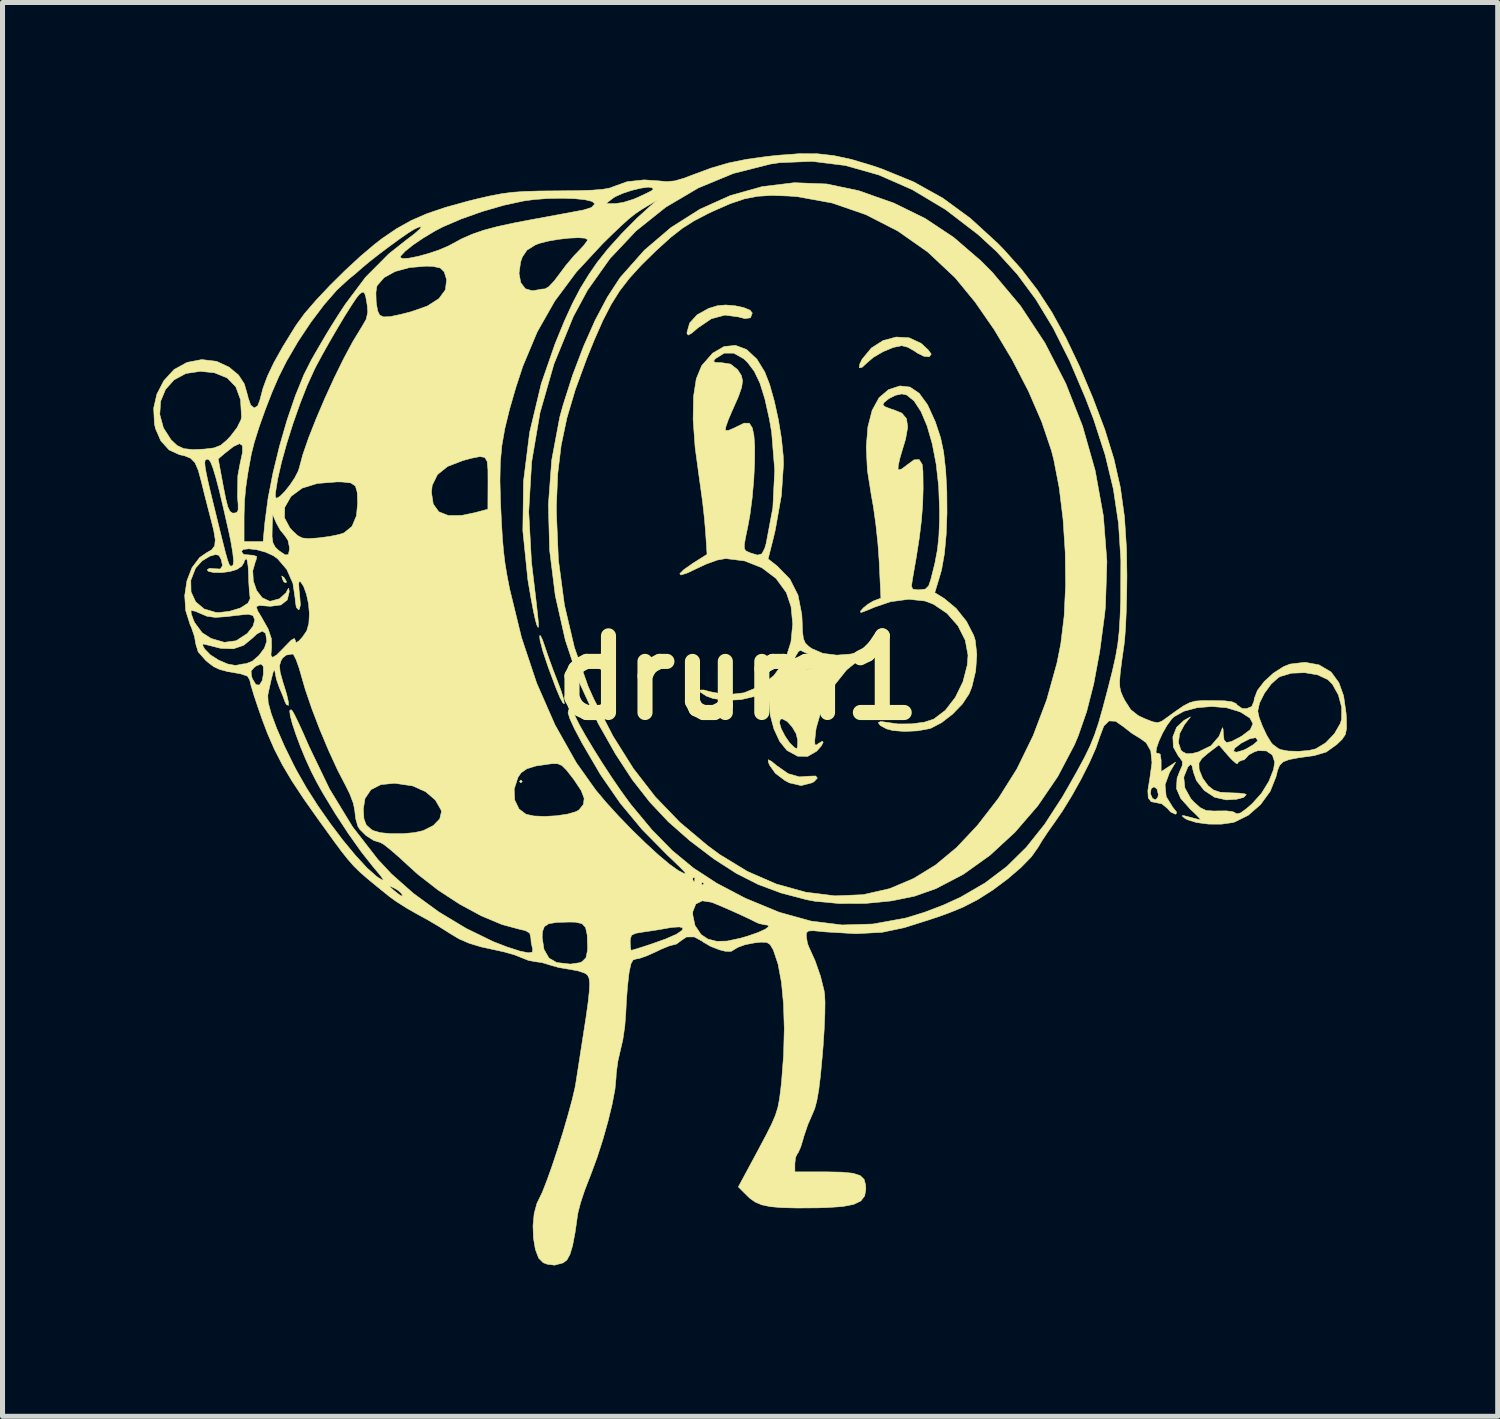
<source format=kicad_pcb>
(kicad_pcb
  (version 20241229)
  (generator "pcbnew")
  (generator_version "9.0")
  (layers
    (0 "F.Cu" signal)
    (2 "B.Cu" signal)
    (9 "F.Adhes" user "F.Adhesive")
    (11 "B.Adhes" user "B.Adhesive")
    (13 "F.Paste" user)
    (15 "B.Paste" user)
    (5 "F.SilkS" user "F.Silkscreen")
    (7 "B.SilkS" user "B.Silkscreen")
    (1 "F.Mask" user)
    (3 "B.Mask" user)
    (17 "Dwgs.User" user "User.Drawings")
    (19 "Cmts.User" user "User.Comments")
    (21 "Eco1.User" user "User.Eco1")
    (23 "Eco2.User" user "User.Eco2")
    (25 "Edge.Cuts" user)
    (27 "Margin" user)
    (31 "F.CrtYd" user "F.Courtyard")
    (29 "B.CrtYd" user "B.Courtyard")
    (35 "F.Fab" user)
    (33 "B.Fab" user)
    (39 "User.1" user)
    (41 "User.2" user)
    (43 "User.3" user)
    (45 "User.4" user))
  (footprint "drum1"
    (layer "F.Cu")
    (at 11.623 10.425)
    (property "Reference" "drum1" (at 0 0 0) (layer "F.SilkS") (effects (font (size 1.524 1.524) (thickness 0.3))))
    (attr through_hole)
    (fp_poly (pts (xy -4.29 2.06) (xy -4.318 2.088) (xy -4.346 2.06) (xy -4.318 2.032) (xy -4.29 2.06)) (stroke (width 0.01) (type solid)) (fill yes) (layer "F.SilkS"))
    (fp_poly (pts (xy -9.032 -1.998) (xy -9.024 -1.991) (xy -8.98 -1.917) (xy -8.986 -1.889) (xy -9.028 -1.906) (xy -9.056 -1.959) (xy -9.073 -2.025) (xy -9.032 -1.998)) (stroke (width 0.01) (type solid)) (fill yes) (layer "F.SilkS"))
    (fp_poly (pts (xy 0.662 1.659) (xy 0.762 1.742) (xy 0.995 1.905) (xy 1.22 1.969) (xy 1.413 1.955) (xy 1.542 1.951) (xy 1.576 1.993) (xy 1.509 2.065) (xy 1.471 2.086) (xy 1.254 2.142) (xy 1.02 2.088) (xy 0.931 2.041) (xy 0.741 1.898) (xy 0.628 1.739) (xy 0.601 1.673) (xy 0.6 1.628) (xy 0.662 1.659)) (stroke (width 0.01) (type solid)) (fill yes) (layer "F.SilkS"))
    (fp_poly (pts (xy -3.888 -0.754) (xy -3.842 -0.621) (xy -3.766 -0.4) (xy -3.67 -0.137) (xy -3.589 0.072) (xy -3.516 0.267) (xy -3.468 0.424) (xy -3.454 0.513) (xy -3.455 0.516) (xy -3.483 0.499) (xy -3.539 0.396) (xy -3.61 0.229) (xy -3.625 0.191) (xy -3.776 -0.216) (xy -3.88 -0.527) (xy -3.936 -0.74) (xy -3.946 -0.835) (xy -3.929 -0.839) (xy -3.888 -0.754)) (stroke (width 0.01) (type solid)) (fill yes) (layer "F.SilkS"))
    (fp_poly (pts (xy -0.062 -7.397) (xy 0.11 -7.361) (xy 0.237 -7.309) (xy 0.282 -7.252) (xy 0.247 -7.158) (xy 0.137 -7.141) (xy 0.005 -7.175) (xy -0.261 -7.211) (xy -0.532 -7.138) (xy -0.793 -6.961) (xy -0.794 -6.961) (xy -0.923 -6.851) (xy -0.99 -6.814) (xy -1.015 -6.842) (xy -1.016 -6.867) (xy -0.963 -7.054) (xy -0.813 -7.218) (xy -0.585 -7.344) (xy -0.413 -7.397) (xy -0.248 -7.412) (xy -0.062 -7.397)) (stroke (width 0.01) (type solid)) (fill yes) (layer "F.SilkS"))
    (fp_poly (pts (xy 3.4 -6.76) (xy 3.632 -6.653) (xy 3.665 -6.627) (xy 3.775 -6.523) (xy 3.835 -6.443) (xy 3.838 -6.43) (xy 3.797 -6.382) (xy 3.695 -6.392) (xy 3.564 -6.456) (xy 3.515 -6.491) (xy 3.377 -6.571) (xy 3.252 -6.603) (xy 3.085 -6.568) (xy 2.882 -6.484) (xy 2.691 -6.372) (xy 2.574 -6.273) (xy 2.464 -6.172) (xy 2.409 -6.163) (xy 2.42 -6.241) (xy 2.467 -6.336) (xy 2.65 -6.557) (xy 2.884 -6.706) (xy 3.142 -6.775) (xy 3.4 -6.76)) (stroke (width 0.01) (type solid)) (fill yes) (layer "F.SilkS"))
    (fp_poly (pts (xy 3.418 -5.78) (xy 3.601 -5.656) (xy 3.767 -5.428) (xy 3.92 -5.092) (xy 4.026 -4.773) (xy 4.086 -4.488) (xy 4.127 -4.123) (xy 4.15 -3.708) (xy 4.153 -3.274) (xy 4.137 -2.851) (xy 4.102 -2.468) (xy 4.047 -2.157) (xy 4.025 -2.074) (xy 3.91 -1.693) (xy 4.098 -1.577) (xy 4.333 -1.382) (xy 4.54 -1.123) (xy 4.684 -0.843) (xy 4.714 -0.748) (xy 4.746 -0.463) (xy 4.723 -0.136) (xy 4.648 0.179) (xy 4.592 0.319) (xy 4.46 0.519) (xy 4.265 0.721) (xy 4.044 0.892) (xy 3.834 1.001) (xy 3.802 1.011) (xy 3.566 1.054) (xy 3.309 1.066) (xy 3.077 1.048) (xy 2.955 1.016) (xy 2.827 0.948) (xy 2.787 0.892) (xy 2.836 0.868) (xy 2.942 0.883) (xy 3.179 0.917) (xy 3.449 0.915) (xy 3.702 0.882) (xy 3.889 0.821) (xy 4.12 0.646) (xy 4.319 0.388) (xy 4.47 0.079) (xy 4.556 -0.252) (xy 4.571 -0.448) (xy 4.516 -0.748) (xy 4.37 -1.035) (xy 4.153 -1.282) (xy 3.886 -1.462) (xy 3.716 -1.527) (xy 3.392 -1.562) (xy 3.031 -1.513) (xy 2.716 -1.406) (xy 2.566 -1.343) (xy 2.463 -1.304) (xy 2.441 -1.298) (xy 2.433 -1.325) (xy 2.49 -1.389) (xy 2.582 -1.464) (xy 2.681 -1.523) (xy 2.702 -1.532) (xy 2.839 -1.584) (xy 2.805 -2.311) (xy 2.78 -2.66) (xy 2.74 -3.037) (xy 2.691 -3.393) (xy 2.65 -3.622) (xy 2.57 -4.128) (xy 2.548 -4.587) (xy 2.58 -4.987) (xy 2.665 -5.318) (xy 2.724 -5.425) (xy 2.879 -5.425) (xy 2.928 -5.386) (xy 3.049 -5.341) (xy 3.089 -5.33) (xy 3.256 -5.262) (xy 3.348 -5.152) (xy 3.372 -4.983) (xy 3.329 -4.742) (xy 3.277 -4.571) (xy 3.219 -4.374) (xy 3.184 -4.221) (xy 3.18 -4.141) (xy 3.182 -4.137) (xy 3.243 -4.146) (xy 3.341 -4.217) (xy 3.348 -4.224) (xy 3.497 -4.333) (xy 3.6 -4.339) (xy 3.66 -4.242) (xy 3.675 -4.106) (xy 3.679 -3.768) (xy 3.67 -3.453) (xy 3.645 -3.134) (xy 3.603 -2.784) (xy 3.539 -2.375) (xy 3.467 -1.961) (xy 3.447 -1.824) (xy 3.471 -1.764) (xy 3.559 -1.75) (xy 3.603 -1.75) (xy 3.722 -1.764) (xy 3.788 -1.827) (xy 3.833 -1.961) (xy 3.913 -2.282) (xy 3.964 -2.554) (xy 3.992 -2.824) (xy 4.004 -3.138) (xy 4.005 -3.33) (xy 3.988 -3.801) (xy 3.938 -4.246) (xy 3.86 -4.652) (xy 3.758 -5.005) (xy 3.636 -5.294) (xy 3.499 -5.504) (xy 3.351 -5.623) (xy 3.253 -5.644) (xy 3.13 -5.617) (xy 2.998 -5.551) (xy 2.902 -5.473) (xy 2.879 -5.425) (xy 2.724 -5.425) (xy 2.802 -5.568) (xy 2.988 -5.727) (xy 2.989 -5.728) (xy 3.216 -5.803) (xy 3.418 -5.78)) (stroke (width 0.01) (type solid)) (fill yes) (layer "F.SilkS"))
    (fp_poly (pts (xy 1.761 -9.818) (xy 2.394 -9.685) (xy 2.399 -9.684) (xy 3.098 -9.437) (xy 3.718 -9.133) (xy 4.284 -8.757) (xy 4.822 -8.294) (xy 5.057 -8.058) (xy 5.613 -7.396) (xy 6.1 -6.657) (xy 6.513 -5.854) (xy 6.848 -5.004) (xy 7.099 -4.12) (xy 7.262 -3.217) (xy 7.332 -2.312) (xy 7.303 -1.418) (xy 7.287 -1.259) (xy 7.189 -0.523) (xy 7.071 0.116) (xy 6.93 0.67) (xy 6.762 1.154) (xy 6.686 1.333) (xy 6.356 1.961) (xy 5.958 2.544) (xy 5.504 3.07) (xy 5.007 3.528) (xy 4.478 3.906) (xy 3.932 4.191) (xy 3.508 4.341) (xy 3.046 4.435) (xy 2.533 4.485) (xy 2.014 4.487) (xy 1.534 4.443) (xy 1.355 4.409) (xy 0.854 4.277) (xy 0.4 4.108) (xy -0.034 3.888) (xy -0.477 3.603) (xy -0.956 3.24) (xy -0.977 3.222) (xy -1.387 2.861) (xy -1.756 2.469) (xy -2.101 2.028) (xy -2.436 1.516) (xy -2.777 0.914) (xy -2.783 0.902) (xy -3.15 0.105) (xy -3.434 -0.747) (xy -3.634 -1.634) (xy -3.747 -2.539) (xy -3.767 -3.288) (xy -3.612 -3.288) (xy -3.572 -2.345) (xy -3.452 -1.446) (xy -3.254 -0.604) (xy -2.982 0.168) (xy -2.867 0.423) (xy -2.486 1.16) (xy -2.083 1.802) (xy -1.645 2.367) (xy -1.158 2.872) (xy -0.607 3.335) (xy -0.367 3.512) (xy 0.184 3.848) (xy 0.759 4.099) (xy 1.345 4.262) (xy 1.926 4.334) (xy 2.486 4.311) (xy 3.01 4.191) (xy 3.02 4.188) (xy 3.489 3.989) (xy 3.926 3.721) (xy 4.345 3.373) (xy 4.757 2.935) (xy 5.175 2.396) (xy 5.177 2.393) (xy 5.543 1.811) (xy 5.866 1.149) (xy 6.135 0.438) (xy 6.339 -0.294) (xy 6.415 -0.676) (xy 6.482 -1.227) (xy 6.511 -1.845) (xy 6.503 -2.499) (xy 6.46 -3.153) (xy 6.384 -3.777) (xy 6.276 -4.336) (xy 6.23 -4.515) (xy 6.037 -5.087) (xy 5.772 -5.699) (xy 5.451 -6.32) (xy 5.093 -6.92) (xy 4.713 -7.469) (xy 4.328 -7.938) (xy 4.304 -7.964) (xy 3.77 -8.465) (xy 3.176 -8.882) (xy 2.538 -9.209) (xy 1.87 -9.439) (xy 1.185 -9.564) (xy 1.007 -9.578) (xy 0.671 -9.59) (xy 0.387 -9.573) (xy 0.123 -9.521) (xy -0.158 -9.426) (xy -0.49 -9.28) (xy -0.604 -9.226) (xy -0.875 -9.085) (xy -1.108 -8.937) (xy -1.338 -8.757) (xy -1.601 -8.519) (xy -1.639 -8.484) (xy -1.925 -8.203) (xy -2.158 -7.947) (xy -2.353 -7.695) (xy -2.524 -7.422) (xy -2.687 -7.106) (xy -2.856 -6.724) (xy -3.008 -6.35) (xy -3.236 -5.729) (xy -3.404 -5.163) (xy -3.518 -4.618) (xy -3.585 -4.059) (xy -3.611 -3.451) (xy -3.612 -3.288) (xy -3.767 -3.288) (xy -3.771 -3.444) (xy -3.705 -4.33) (xy -3.546 -5.179) (xy -3.48 -5.42) (xy -3.289 -6.019) (xy -3.072 -6.59) (xy -2.839 -7.114) (xy -2.598 -7.569) (xy -2.36 -7.934) (xy -2.336 -7.967) (xy -1.863 -8.501) (xy -1.334 -8.952) (xy -0.761 -9.315) (xy -0.154 -9.588) (xy 0.476 -9.765) (xy 1.118 -9.843) (xy 1.761 -9.818)) (stroke (width 0.01) (type solid)) (fill yes) (layer "F.SilkS"))
    (fp_poly (pts (xy 0.17 -6.526) (xy 0.373 -6.336) (xy 0.53 -6.081) (xy 0.628 -5.829) (xy 0.72 -5.501) (xy 0.801 -5.131) (xy 0.862 -4.757) (xy 0.897 -4.414) (xy 0.903 -4.253) (xy 0.861 -3.627) (xy 0.739 -2.937) (xy 0.694 -2.748) (xy 0.597 -2.364) (xy 0.778 -2.222) (xy 1.03 -1.963) (xy 1.191 -1.644) (xy 1.267 -1.257) (xy 1.273 -1.135) (xy 1.281 -0.915) (xy 1.299 -0.777) (xy 1.337 -0.69) (xy 1.406 -0.623) (xy 1.469 -0.579) (xy 1.686 -0.486) (xy 1.96 -0.451) (xy 2.248 -0.474) (xy 2.466 -0.537) (xy 2.624 -0.594) (xy 2.687 -0.594) (xy 2.652 -0.544) (xy 2.52 -0.447) (xy 2.486 -0.425) (xy 2.156 -0.156) (xy 1.878 0.192) (xy 1.671 0.587) (xy 1.552 1) (xy 1.542 1.073) (xy 1.524 1.246) (xy 1.527 1.328) (xy 1.556 1.336) (xy 1.599 1.305) (xy 1.675 1.26) (xy 1.691 1.284) (xy 1.652 1.357) (xy 1.565 1.455) (xy 1.563 1.458) (xy 1.381 1.563) (xy 1.183 1.558) (xy 0.976 1.445) (xy 0.965 1.435) (xy 0.827 1.264) (xy 0.714 1.021) (xy 0.679 0.892) (xy 0.822 0.892) (xy 0.859 1.015) (xy 0.934 1.16) (xy 1.027 1.295) (xy 1.121 1.387) (xy 1.171 1.409) (xy 1.181 1.361) (xy 1.185 1.243) (xy 1.185 1.239) (xy 1.154 1.11) (xy 1.075 0.976) (xy 0.976 0.867) (xy 0.881 0.816) (xy 0.84 0.823) (xy 0.822 0.892) (xy 0.679 0.892) (xy 0.64 0.746) (xy 0.621 0.535) (xy 0.61 0.387) (xy 0.563 0.324) (xy 0.454 0.331) (xy 0.326 0.371) (xy 0.056 0.434) (xy -0.233 0.447) (xy -0.495 0.412) (xy -0.629 0.363) (xy -0.747 0.287) (xy -0.762 0.243) (xy -0.682 0.241) (xy -0.559 0.276) (xy -0.221 0.337) (xy 0.117 0.298) (xy 0.435 0.168) (xy 0.709 -0.043) (xy 0.842 -0.223) (xy 1.072 -0.223) (xy 1.121 -0.189) (xy 1.241 -0.172) (xy 1.388 -0.173) (xy 1.522 -0.195) (xy 1.548 -0.204) (xy 1.629 -0.268) (xy 1.607 -0.349) (xy 1.487 -0.434) (xy 1.453 -0.449) (xy 1.322 -0.507) (xy 1.242 -0.545) (xy 1.237 -0.547) (xy 1.196 -0.517) (xy 1.14 -0.424) (xy 1.092 -0.31) (xy 1.072 -0.223) (xy 0.842 -0.223) (xy 0.917 -0.325) (xy 0.949 -0.39) (xy 1.051 -0.715) (xy 1.086 -1.07) (xy 1.053 -1.414) (xy 0.959 -1.695) (xy 0.755 -1.975) (xy 0.472 -2.189) (xy 0.13 -2.324) (xy -0.247 -2.371) (xy -0.41 -2.342) (xy -0.628 -2.264) (xy -0.818 -2.175) (xy -1.025 -2.078) (xy -1.14 -2.045) (xy -1.159 -2.07) (xy -1.081 -2.149) (xy -0.901 -2.275) (xy -0.884 -2.286) (xy -0.617 -2.455) (xy -0.647 -2.907) (xy -0.67 -3.175) (xy -0.706 -3.498) (xy -0.75 -3.819) (xy -0.765 -3.923) (xy -0.854 -4.579) (xy -0.894 -5.135) (xy -0.886 -5.591) (xy -0.831 -5.945) (xy -0.727 -6.198) (xy -0.716 -6.215) (xy -0.647 -6.293) (xy -0.49 -6.293) (xy -0.452 -6.27) (xy -0.327 -6.265) (xy -0.15 -6.237) (xy -0.019 -6.134) (xy -0.001 -6.113) (xy 0.064 -6.012) (xy 0.089 -5.907) (xy 0.071 -5.775) (xy 0.007 -5.591) (xy -0.107 -5.333) (xy -0.117 -5.311) (xy -0.195 -5.129) (xy -0.244 -4.989) (xy -0.252 -4.919) (xy -0.251 -4.917) (xy -0.186 -4.921) (xy -0.068 -4.971) (xy -0.048 -4.982) (xy 0.12 -5.063) (xy 0.223 -5.062) (xy 0.283 -4.968) (xy 0.315 -4.817) (xy 0.331 -4.591) (xy 0.329 -4.286) (xy 0.312 -3.938) (xy 0.28 -3.578) (xy 0.236 -3.24) (xy 0.196 -3.02) (xy 0.148 -2.79) (xy 0.124 -2.647) (xy 0.126 -2.566) (xy 0.155 -2.524) (xy 0.215 -2.495) (xy 0.24 -2.485) (xy 0.386 -2.44) (xy 0.473 -2.465) (xy 0.53 -2.576) (xy 0.557 -2.667) (xy 0.691 -3.381) (xy 0.728 -4.128) (xy 0.667 -4.883) (xy 0.624 -5.133) (xy 0.533 -5.542) (xy 0.435 -5.857) (xy 0.321 -6.095) (xy 0.185 -6.274) (xy 0.113 -6.342) (xy -0.085 -6.454) (xy -0.275 -6.455) (xy -0.45 -6.346) (xy -0.49 -6.293) (xy -0.647 -6.293) (xy -0.505 -6.455) (xy -0.279 -6.586) (xy -0.051 -6.609) (xy 0.17 -6.526)) (stroke (width 0.01) (type solid)) (fill yes) (layer "F.SilkS"))
    (fp_poly (pts (xy 1.57 -10.419) (xy 1.902 -10.382) (xy 2.251 -10.307) (xy 2.652 -10.187) (xy 2.85 -10.12) (xy 3.486 -9.861) (xy 4.069 -9.537) (xy 4.619 -9.134) (xy 5.161 -8.638) (xy 5.279 -8.517) (xy 5.633 -8.122) (xy 5.949 -7.711) (xy 6.24 -7.264) (xy 6.515 -6.763) (xy 6.789 -6.189) (xy 7.05 -5.571) (xy 7.291 -4.934) (xy 7.472 -4.349) (xy 7.6 -3.782) (xy 7.681 -3.199) (xy 7.722 -2.565) (xy 7.73 -2.032) (xy 7.726 -1.675) (xy 7.717 -1.324) (xy 7.703 -1.01) (xy 7.685 -0.761) (xy 7.672 -0.649) (xy 7.626 -0.327) (xy 7.597 -0.095) (xy 7.584 0.069) (xy 7.589 0.187) (xy 7.611 0.282) (xy 7.65 0.375) (xy 7.688 0.45) (xy 7.805 0.632) (xy 7.955 0.751) (xy 8.082 0.811) (xy 8.243 0.874) (xy 8.342 0.891) (xy 8.419 0.865) (xy 8.477 0.825) (xy 8.698 0.665) (xy 8.854 0.558) (xy 8.975 0.495) (xy 9.088 0.463) (xy 9.222 0.453) (xy 9.405 0.452) (xy 9.432 0.452) (xy 9.67 0.457) (xy 9.818 0.476) (xy 9.899 0.512) (xy 9.922 0.541) (xy 10.018 0.608) (xy 10.109 0.612) (xy 10.211 0.571) (xy 10.256 0.463) (xy 10.262 0.413) (xy 10.323 0.252) (xy 10.46 0.073) (xy 10.643 -0.094) (xy 10.845 -0.223) (xy 10.971 -0.273) (xy 11.269 -0.309) (xy 11.548 -0.258) (xy 11.775 -0.125) (xy 11.799 -0.102) (xy 11.944 0.097) (xy 12.038 0.36) (xy 12.087 0.706) (xy 12.094 0.816) (xy 12.096 1.005) (xy 12.073 1.126) (xy 12.006 1.225) (xy 11.901 1.326) (xy 11.691 1.476) (xy 11.451 1.547) (xy 11.421 1.551) (xy 11.142 1.589) (xy 10.954 1.625) (xy 10.836 1.67) (xy 10.767 1.737) (xy 10.725 1.838) (xy 10.693 1.968) (xy 10.579 2.255) (xy 10.386 2.52) (xy 10.141 2.733) (xy 9.87 2.867) (xy 9.834 2.877) (xy 9.608 2.909) (xy 9.355 2.908) (xy 9.115 2.877) (xy 8.93 2.82) (xy 8.878 2.79) (xy 8.826 2.744) (xy 8.855 2.738) (xy 8.974 2.768) (xy 9.11 2.804) (xy 9.19 2.822) (xy 9.195 2.822) (xy 9.171 2.788) (xy 9.084 2.699) (xy 8.988 2.609) (xy 8.8 2.398) (xy 8.714 2.2) (xy 8.727 1.996) (xy 8.735 1.974) (xy 8.86 1.974) (xy 8.882 2.189) (xy 9 2.402) (xy 9.057 2.464) (xy 9.188 2.582) (xy 9.304 2.637) (xy 9.459 2.648) (xy 9.536 2.646) (xy 9.706 2.645) (xy 9.827 2.659) (xy 9.858 2.671) (xy 9.916 2.704) (xy 9.992 2.684) (xy 10.109 2.599) (xy 10.224 2.498) (xy 10.405 2.296) (xy 10.552 2.058) (xy 10.645 1.822) (xy 10.668 1.674) (xy 10.621 1.534) (xy 10.501 1.453) (xy 10.337 1.448) (xy 10.267 1.47) (xy 10.153 1.531) (xy 10.104 1.586) (xy 10.104 1.587) (xy 10.058 1.631) (xy 10.019 1.637) (xy 9.944 1.672) (xy 9.934 1.703) (xy 9.902 1.702) (xy 9.82 1.631) (xy 9.746 1.551) (xy 9.668 1.46) (xy 9.848 1.46) (xy 9.908 1.479) (xy 10.044 1.439) (xy 10.107 1.41) (xy 10.242 1.329) (xy 10.321 1.26) (xy 10.329 1.241) (xy 10.289 1.19) (xy 10.174 1.211) (xy 10.002 1.299) (xy 9.875 1.397) (xy 9.848 1.46) (xy 9.668 1.46) (xy 9.559 1.334) (xy 9.346 1.496) (xy 9.217 1.606) (xy 9.162 1.695) (xy 9.164 1.803) (xy 9.169 1.831) (xy 9.234 1.994) (xy 9.343 2.144) (xy 9.344 2.145) (xy 9.454 2.232) (xy 9.584 2.274) (xy 9.778 2.286) (xy 9.794 2.286) (xy 9.964 2.292) (xy 10.076 2.307) (xy 10.104 2.322) (xy 10.051 2.377) (xy 9.91 2.414) (xy 9.706 2.427) (xy 9.474 2.375) (xy 9.266 2.238) (xy 9.112 2.042) (xy 9.053 1.877) (xy 9.024 1.75) (xy 8.994 1.719) (xy 8.945 1.77) (xy 8.938 1.779) (xy 8.86 1.974) (xy 8.735 1.974) (xy 8.772 1.877) (xy 8.83 1.744) (xy 8.832 1.662) (xy 8.777 1.583) (xy 8.752 1.555) (xy 8.653 1.376) (xy 8.643 1.173) (xy 8.717 0.984) (xy 8.868 0.843) (xy 8.873 0.841) (xy 8.994 0.776) (xy 8.872 0.932) (xy 8.777 1.11) (xy 8.754 1.29) (xy 8.804 1.437) (xy 8.835 1.469) (xy 8.919 1.51) (xy 9.039 1.502) (xy 9.149 1.473) (xy 9.401 1.351) (xy 9.562 1.163) (xy 9.604 1.057) (xy 9.629 0.99) (xy 9.642 1.022) (xy 9.646 1.115) (xy 9.661 1.236) (xy 9.709 1.286) (xy 9.807 1.267) (xy 9.976 1.179) (xy 10.017 1.155) (xy 10.182 1.03) (xy 10.235 0.913) (xy 10.175 0.8) (xy 10.003 0.689) (xy 9.968 0.672) (xy 9.931 0.661) (xy 10.331 0.661) (xy 10.358 0.787) (xy 10.425 0.963) (xy 10.511 1.145) (xy 10.596 1.285) (xy 10.625 1.32) (xy 10.735 1.402) (xy 10.782 1.426) (xy 10.935 1.455) (xy 11.142 1.461) (xy 11.349 1.444) (xy 11.484 1.412) (xy 11.68 1.293) (xy 11.855 1.111) (xy 11.973 0.906) (xy 11.997 0.822) (xy 11.999 0.586) (xy 11.934 0.34) (xy 11.817 0.13) (xy 11.724 0.035) (xy 11.521 -0.059) (xy 11.265 -0.102) (xy 11.001 -0.092) (xy 10.778 -0.026) (xy 10.741 -0.005) (xy 10.597 0.124) (xy 10.463 0.307) (xy 10.366 0.501) (xy 10.331 0.661) (xy 9.931 0.661) (xy 9.711 0.595) (xy 9.419 0.57) (xy 9.126 0.594) (xy 8.863 0.664) (xy 8.665 0.774) (xy 8.621 0.817) (xy 8.526 0.946) (xy 8.438 1.101) (xy 8.366 1.258) (xy 8.319 1.394) (xy 8.307 1.484) (xy 8.338 1.504) (xy 8.352 1.497) (xy 8.392 1.519) (xy 8.41 1.639) (xy 8.41 1.663) (xy 8.41 1.865) (xy 8.554 1.771) (xy 8.699 1.676) (xy 8.576 1.884) (xy 8.488 2.127) (xy 8.511 2.362) (xy 8.644 2.577) (xy 8.647 2.58) (xy 8.719 2.672) (xy 8.705 2.708) (xy 8.688 2.709) (xy 8.597 2.666) (xy 8.536 2.596) (xy 8.424 2.505) (xy 8.323 2.484) (xy 8.211 2.462) (xy 8.154 2.387) (xy 8.149 2.302) (xy 8.196 2.302) (xy 8.237 2.396) (xy 8.296 2.427) (xy 8.343 2.38) (xy 8.354 2.318) (xy 8.328 2.21) (xy 8.269 2.166) (xy 8.212 2.203) (xy 8.196 2.302) (xy 8.149 2.302) (xy 8.146 2.24) (xy 8.184 2.005) (xy 8.185 2.001) (xy 8.228 1.686) (xy 8.204 1.452) (xy 8.112 1.289) (xy 7.998 1.207) (xy 7.824 1.1) (xy 7.668 0.977) (xy 7.506 0.863) (xy 7.374 0.857) (xy 7.27 0.959) (xy 7.19 1.171) (xy 7.189 1.174) (xy 7.112 1.398) (xy 6.985 1.685) (xy 6.822 2.008) (xy 6.638 2.338) (xy 6.448 2.648) (xy 6.292 2.874) (xy 6.157 3.065) (xy 6.038 3.244) (xy 5.964 3.369) (xy 5.832 3.556) (xy 5.622 3.772) (xy 5.357 3.999) (xy 5.063 4.218) (xy 4.762 4.41) (xy 4.478 4.556) (xy 4.463 4.563) (xy 4.303 4.629) (xy 4.153 4.688) (xy 3.986 4.748) (xy 3.777 4.817) (xy 3.499 4.905) (xy 3.302 4.967) (xy 2.865 5.059) (xy 2.345 5.087) (xy 1.736 5.051) (xy 1.679 5.045) (xy 1.497 5.028) (xy 1.4 5.033) (xy 1.361 5.067) (xy 1.355 5.13) (xy 1.379 5.279) (xy 1.406 5.349) (xy 1.531 5.625) (xy 1.638 5.932) (xy 1.709 6.216) (xy 1.721 6.296) (xy 1.728 6.449) (xy 1.725 6.687) (xy 1.712 6.984) (xy 1.691 7.315) (xy 1.675 7.509) (xy 1.639 7.896) (xy 1.604 8.188) (xy 1.566 8.404) (xy 1.524 8.563) (xy 1.478 8.673) (xy 1.387 8.881) (xy 1.309 9.111) (xy 1.294 9.166) (xy 1.245 9.326) (xy 1.197 9.436) (xy 1.178 9.459) (xy 1.143 9.532) (xy 1.129 9.655) (xy 1.129 9.821) (xy 1.746 9.821) (xy 2.063 9.827) (xy 2.284 9.849) (xy 2.426 9.894) (xy 2.505 9.97) (xy 2.536 10.083) (xy 2.54 10.163) (xy 2.517 10.299) (xy 2.441 10.399) (xy 2.298 10.468) (xy 2.075 10.511) (xy 1.759 10.532) (xy 1.583 10.537) (xy 1.18 10.54) (xy 0.873 10.533) (xy 0.642 10.513) (xy 0.47 10.477) (xy 0.34 10.422) (xy 0.233 10.346) (xy 0.187 10.302) (xy 0.005 10.12) (xy 0.403 9.38) (xy 0.557 9.09) (xy 0.666 8.873) (xy 0.741 8.699) (xy 0.79 8.542) (xy 0.823 8.374) (xy 0.849 8.167) (xy 0.864 8.031) (xy 0.905 7.493) (xy 0.918 6.972) (xy 0.903 6.486) (xy 0.862 6.054) (xy 0.795 5.693) (xy 0.705 5.422) (xy 0.693 5.397) (xy 0.636 5.302) (xy 0.569 5.259) (xy 0.454 5.255) (xy 0.326 5.269) (xy 0.141 5.305) (xy -0.007 5.358) (xy -0.053 5.387) (xy -0.136 5.437) (xy -0.246 5.438) (xy -0.369 5.407) (xy -0.545 5.339) (xy -0.69 5.255) (xy -0.709 5.239) (xy -0.869 5.151) (xy -1.026 5.152) (xy -1.129 5.221) (xy -1.226 5.293) (xy -1.279 5.306) (xy -1.371 5.33) (xy -1.523 5.392) (xy -1.637 5.447) (xy -1.812 5.526) (xy -1.961 5.578) (xy -2.022 5.588) (xy -2.087 5.608) (xy -2.13 5.685) (xy -2.164 5.843) (xy -2.174 5.913) (xy -2.199 6.143) (xy -2.22 6.421) (xy -2.232 6.662) (xy -2.252 6.925) (xy -2.291 7.193) (xy -2.337 7.392) (xy -2.39 7.622) (xy -2.422 7.861) (xy -2.427 7.961) (xy -2.447 8.176) (xy -2.502 8.469) (xy -2.585 8.812) (xy -2.688 9.178) (xy -2.805 9.542) (xy -2.928 9.875) (xy -2.954 9.941) (xy -3.05 10.189) (xy -3.13 10.43) (xy -3.181 10.624) (xy -3.19 10.674) (xy -3.241 11.03) (xy -3.29 11.288) (xy -3.343 11.464) (xy -3.402 11.572) (xy -3.474 11.628) (xy -3.484 11.632) (xy -3.648 11.676) (xy -3.795 11.657) (xy -3.873 11.628) (xy -3.964 11.537) (xy -4.03 11.363) (xy -4.068 11.138) (xy -4.077 10.891) (xy -4.054 10.649) (xy -3.998 10.444) (xy -3.963 10.374) (xy -3.893 10.229) (xy -3.803 9.999) (xy -3.699 9.708) (xy -3.589 9.377) (xy -3.481 9.033) (xy -3.383 8.697) (xy -3.3 8.393) (xy -3.242 8.147) (xy -3.224 8.043) (xy -3.185 7.793) (xy -3.138 7.49) (xy -3.092 7.191) (xy -3.084 7.14) (xy -3.022 6.742) (xy -2.98 6.441) (xy -2.957 6.222) (xy -2.951 6.071) (xy -2.963 5.972) (xy -2.992 5.912) (xy -3.037 5.876) (xy -3.039 5.875) (xy -3.171 5.829) (xy -3.345 5.795) (xy -3.368 5.792) (xy -3.56 5.76) (xy -3.733 5.712) (xy -3.743 5.708) (xy -3.902 5.66) (xy -4.025 5.644) (xy -4.167 5.618) (xy -4.302 5.564) (xy -4.443 5.508) (xy -4.643 5.451) (xy -4.781 5.42) (xy -5.104 5.35) (xy -5.349 5.276) (xy -5.551 5.188) (xy -5.745 5.071) (xy -5.757 5.063) (xy -5.947 4.943) (xy -6.18 4.806) (xy -6.367 4.704) (xy -6.585 4.58) (xy -6.795 4.447) (xy -6.932 4.348) (xy -7.177 4.15) (xy -7.19 4.139) (xy -6.925 4.139) (xy -6.921 4.155) (xy -6.838 4.23) (xy -6.721 4.322) (xy -6.67 4.342) (xy -6.688 4.29) (xy -6.763 4.223) (xy -6.847 4.174) (xy -6.925 4.139) (xy -7.19 4.139) (xy -7.365 3.995) (xy -7.513 3.866) (xy -7.638 3.744) (xy -7.755 3.611) (xy -7.883 3.45) (xy -8.037 3.242) (xy -8.234 2.969) (xy -8.337 2.827) (xy -8.634 2.406) (xy -8.872 2.046) (xy -9.062 1.725) (xy -9.219 1.419) (xy -9.356 1.104) (xy -9.46 0.829) (xy -9.553 0.562) (xy -9.625 0.345) (xy -9.349 0.345) (xy -9.342 0.49) (xy -9.28 0.717) (xy -9.17 1.012) (xy -9.018 1.36) (xy -8.828 1.746) (xy -8.774 1.849) (xy -8.582 2.186) (xy -8.355 2.542) (xy -8.106 2.898) (xy -7.851 3.235) (xy -7.603 3.534) (xy -7.378 3.778) (xy -7.188 3.947) (xy -7.143 3.978) (xy -7.069 4.021) (xy -7.054 4.011) (xy -7.104 3.938) (xy -7.224 3.793) (xy -7.259 3.752) (xy -7.489 3.461) (xy -7.745 3.1) (xy -8.008 2.699) (xy -8.255 2.291) (xy -8.372 2.083) (xy -8.487 1.858) (xy -8.599 1.612) (xy -8.702 1.362) (xy -8.791 1.124) (xy -8.86 0.916) (xy -8.903 0.753) (xy -8.914 0.653) (xy -8.888 0.633) (xy -8.865 0.652) (xy -8.824 0.722) (xy -8.749 0.874) (xy -8.651 1.087) (xy -8.541 1.338) (xy -8.534 1.355) (xy -8.123 2.208) (xy -7.665 2.961) (xy -7.159 3.613) (xy -6.891 3.899) (xy -6.454 4.286) (xy -5.948 4.655) (xy -5.407 4.981) (xy -4.868 5.244) (xy -4.597 5.349) (xy -4.339 5.432) (xy -4.173 5.467) (xy -4.091 5.454) (xy -4.083 5.395) (xy -4.086 5.386) (xy -4.114 5.257) (xy -4.12 5.167) (xy -4.122 5.159) (xy -3.895 5.159) (xy -3.859 5.399) (xy -3.759 5.572) (xy -3.605 5.66) (xy -3.598 5.661) (xy -3.334 5.691) (xy -3.145 5.663) (xy -3.101 5.642) (xy -3.025 5.566) (xy -2.994 5.424) (xy -2.992 5.346) (xy -2.995 5.253) (xy -2.145 5.253) (xy -2.139 5.37) (xy -2.126 5.419) (xy -2.067 5.402) (xy -1.93 5.36) (xy -1.746 5.3) (xy -1.745 5.3) (xy -1.438 5.191) (xy -1.225 5.097) (xy -1.112 5.02) (xy -1.098 4.971) (xy -1.166 4.952) (xy -1.303 4.96) (xy -1.368 4.97) (xy -1.584 5.008) (xy -1.82 5.044) (xy -1.877 5.052) (xy -2.039 5.079) (xy -2.118 5.118) (xy -2.143 5.192) (xy -2.145 5.253) (xy -2.995 5.253) (xy -3 5.109) (xy -3.032 4.963) (xy -3.103 4.887) (xy -3.231 4.858) (xy -3.351 4.855) (xy -3.603 4.862) (xy -3.763 4.888) (xy -3.852 4.946) (xy -3.889 5.045) (xy -3.895 5.159) (xy -4.122 5.159) (xy -4.142 5.076) (xy -4.227 5.025) (xy -4.332 5.002) (xy -4.695 4.904) (xy -5.104 4.732) (xy -5.158 4.703) (xy -0.903 4.703) (xy -0.857 4.923) (xy -0.735 5.104) (xy -0.601 5.193) (xy -0.425 5.238) (xy -0.218 5.233) (xy 0.048 5.176) (xy 0.189 5.135) (xy 0.399 5.062) (xy 0.543 4.996) (xy 0.61 4.944) (xy 0.587 4.915) (xy 0.539 4.911) (xy 0.414 4.884) (xy 0.352 4.856) (xy 0.224 4.792) (xy 0.031 4.702) (xy -0.187 4.604) (xy -0.39 4.517) (xy -0.526 4.462) (xy -0.711 4.433) (xy -0.84 4.496) (xy -0.9 4.646) (xy -0.903 4.703) (xy -5.158 4.703) (xy -5.535 4.499) (xy -5.963 4.22) (xy -6.127 4.092) (xy -0.734 4.092) (xy -0.706 4.12) (xy -0.677 4.092) (xy -0.706 4.064) (xy -0.734 4.092) (xy -6.127 4.092) (xy -6.235 4.008) (xy -0.903 4.008) (xy -0.882 4.054) (xy -0.865 4.045) (xy -0.859 3.978) (xy -0.865 3.97) (xy -0.899 3.978) (xy -0.903 4.008) (xy -6.235 4.008) (xy -6.364 3.908) (xy -6.551 3.739) (xy -6.748 3.558) (xy -6.919 3.41) (xy -7.046 3.31) (xy -7.111 3.274) (xy -7.245 3.233) (xy -7.397 3.135) (xy -7.522 3.011) (xy -7.559 2.951) (xy -7.604 2.793) (xy -7.62 2.641) (xy -7.626 2.608) (xy -7.45 2.608) (xy -7.438 2.803) (xy -7.392 2.925) (xy -7.295 3.012) (xy -7.253 3.037) (xy -7.114 3.078) (xy -6.905 3.098) (xy -6.665 3.098) (xy -6.434 3.077) (xy -6.26 3.038) (xy -6.058 2.936) (xy -5.931 2.804) (xy -5.897 2.661) (xy -5.904 2.629) (xy -6.017 2.431) (xy -6.211 2.264) (xy -6.329 2.211) (xy -4.451 2.211) (xy -4.441 2.429) (xy -4.354 2.608) (xy -4.216 2.712) (xy -4.06 2.746) (xy -3.846 2.755) (xy -3.609 2.742) (xy -3.388 2.709) (xy -3.22 2.66) (xy -3.162 2.625) (xy -3.075 2.517) (xy -3.06 2.395) (xy -3.119 2.241) (xy -3.257 2.033) (xy -3.283 1.998) (xy -3.41 1.835) (xy -3.501 1.744) (xy -3.586 1.708) (xy -3.694 1.707) (xy -3.748 1.713) (xy -4.017 1.752) (xy -4.197 1.807) (xy -4.313 1.887) (xy -4.376 1.979) (xy -4.451 2.211) (xy -6.329 2.211) (xy -6.455 2.154) (xy -6.485 2.146) (xy -6.828 2.096) (xy -7.101 2.123) (xy -7.299 2.224) (xy -7.417 2.399) (xy -7.45 2.608) (xy -7.626 2.608) (xy -7.648 2.497) (xy -7.72 2.306) (xy -7.797 2.151) (xy -7.962 1.832) (xy -8.14 1.445) (xy -8.316 1.026) (xy -8.475 0.61) (xy -8.603 0.235) (xy -8.663 0.028) (xy -8.726 -0.192) (xy -8.787 -0.363) (xy -8.837 -0.46) (xy -8.856 -0.474) (xy -8.984 -0.452) (xy -9.054 -0.395) (xy -9.089 -0.336) (xy -9.116 -0.243) (xy -9.104 -0.112) (xy -9.049 0.086) (xy -9.029 0.148) (xy -8.972 0.336) (xy -8.94 0.479) (xy -8.939 0.547) (xy -8.939 0.548) (xy -8.98 0.531) (xy -9.008 0.474) (xy -9.055 0.347) (xy -9.121 0.191) (xy -9.122 0.189) (xy -9.179 0.024) (xy -9.207 -0.121) (xy -9.207 -0.121) (xy -9.218 -0.166) (xy -9.242 -0.116) (xy -9.281 0.033) (xy -9.337 0.287) (xy -9.349 0.345) (xy -9.625 0.345) (xy -9.63 0.328) (xy -9.684 0.149) (xy -9.707 0.05) (xy -9.707 0.045) (xy -9.753 -0.033) (xy -9.894 -0.081) (xy -9.92 -0.085) (xy -10.152 -0.126) (xy -10.195 -0.137) (xy -9.681 -0.137) (xy -9.674 -0.036) (xy -9.655 0.02) (xy -9.586 0.135) (xy -9.516 0.144) (xy -9.46 0.054) (xy -9.437 -0.075) (xy -9.438 -0.226) (xy -9.483 -0.276) (xy -9.581 -0.235) (xy -9.616 -0.21) (xy -9.681 -0.137) (xy -10.195 -0.137) (xy -10.308 -0.167) (xy -10.423 -0.221) (xy -10.534 -0.304) (xy -10.582 -0.345) (xy -10.733 -0.516) (xy -10.77 -0.637) (xy -10.641 -0.637) (xy -10.603 -0.571) (xy -10.492 -0.457) (xy -10.325 -0.351) (xy -10.145 -0.274) (xy -9.994 -0.247) (xy -9.962 -0.252) (xy -9.837 -0.276) (xy -9.783 -0.281) (xy -9.659 -0.329) (xy -9.526 -0.444) (xy -9.418 -0.588) (xy -9.37 -0.726) (xy -9.37 -0.735) (xy -9.392 -0.884) (xy -9.46 -0.929) (xy -9.57 -0.87) (xy -9.645 -0.798) (xy -9.829 -0.646) (xy -10.034 -0.577) (xy -10.285 -0.586) (xy -10.546 -0.652) (xy -10.638 -0.674) (xy -10.641 -0.637) (xy -10.77 -0.637) (xy -10.781 -0.673) (xy -10.806 -0.819) (xy -10.867 -1) (xy -10.894 -1.059) (xy -10.981 -1.335) (xy -10.876 -1.335) (xy -10.871 -1.272) (xy -10.826 -1.147) (xy -10.804 -1.098) (xy -10.654 -0.896) (xy -10.475 -0.782) (xy -10.213 -0.706) (xy -9.978 -0.737) (xy -9.762 -0.878) (xy -9.751 -0.889) (xy -9.644 -1.026) (xy -9.608 -1.151) (xy -9.643 -1.238) (xy -9.737 -1.264) (xy -9.855 -1.253) (xy -10.036 -1.233) (xy -10.168 -1.217) (xy -10.393 -1.201) (xy -10.558 -1.224) (xy -10.667 -1.27) (xy -10.793 -1.324) (xy -10.87 -1.338) (xy -10.876 -1.335) (xy -10.981 -1.335) (xy -10.982 -1.337) (xy -11.001 -1.636) (xy -10.957 -1.929) (xy -10.953 -1.939) (xy -10.88 -1.939) (xy -10.875 -1.709) (xy -10.784 -1.513) (xy -10.617 -1.37) (xy -10.385 -1.301) (xy -10.32 -1.298) (xy -10.11 -1.323) (xy -9.909 -1.383) (xy -9.878 -1.397) (xy -9.743 -1.485) (xy -9.7 -1.574) (xy -9.703 -1.609) (xy -9.717 -1.727) (xy -9.728 -1.91) (xy -9.732 -2.046) (xy -9.741 -2.221) (xy -9.76 -2.338) (xy -9.779 -2.371) (xy -9.818 -2.325) (xy -9.821 -2.295) (xy -9.868 -2.219) (xy -9.965 -2.154) (xy -10.103 -2.113) (xy -10.267 -2.092) (xy -10.421 -2.093) (xy -10.528 -2.116) (xy -10.555 -2.146) (xy -10.509 -2.178) (xy -10.42 -2.17) (xy -10.293 -2.163) (xy -10.249 -2.232) (xy -10.277 -2.355) (xy -10.321 -2.436) (xy -10.392 -2.45) (xy -10.501 -2.418) (xy -10.654 -2.326) (xy -10.781 -2.187) (xy -10.786 -2.18) (xy -10.88 -1.939) (xy -10.953 -1.939) (xy -10.856 -2.19) (xy -10.704 -2.392) (xy -10.57 -2.484) (xy -10.463 -2.546) (xy -10.405 -2.626) (xy -10.394 -2.748) (xy -10.425 -2.934) (xy -10.476 -3.135) (xy -10.537 -3.371) (xy -10.609 -3.651) (xy -10.667 -3.888) (xy -10.731 -4.125) (xy -10.796 -4.275) (xy -10.802 -4.282) (xy -10.602 -4.282) (xy -10.596 -4.2) (xy -10.573 -4.069) (xy -10.532 -3.876) (xy -10.469 -3.611) (xy -10.383 -3.26) (xy -10.273 -2.813) (xy -10.261 -2.766) (xy -10.195 -2.505) (xy -10.148 -2.338) (xy -10.114 -2.247) (xy -10.084 -2.217) (xy -10.052 -2.231) (xy -10.04 -2.243) (xy -10.029 -2.32) (xy -10.046 -2.489) (xy -10.05 -2.512) (xy -9.875 -2.512) (xy -9.832 -2.456) (xy -9.807 -2.45) (xy -9.69 -2.44) (xy -9.636 -2.436) (xy -9.568 -2.411) (xy -9.585 -2.334) (xy -9.594 -2.318) (xy -9.648 -2.129) (xy -9.637 -1.925) (xy -9.571 -1.736) (xy -9.461 -1.593) (xy -9.32 -1.526) (xy -9.292 -1.524) (xy -9.117 -1.572) (xy -8.985 -1.693) (xy -8.957 -1.75) (xy -8.933 -1.781) (xy -8.923 -1.711) (xy -8.962 -1.548) (xy -9.089 -1.449) (xy -9.293 -1.422) (xy -9.352 -1.426) (xy -9.513 -1.439) (xy -9.577 -1.416) (xy -9.554 -1.337) (xy -9.479 -1.214) (xy -9.343 -0.973) (xy -9.278 -0.78) (xy -9.274 -0.603) (xy -9.277 -0.579) (xy -9.287 -0.448) (xy -9.255 -0.406) (xy -9.174 -0.454) (xy -9.037 -0.591) (xy -9.009 -0.621) (xy -8.887 -0.746) (xy -8.822 -0.783) (xy -8.804 -0.748) (xy -8.788 -0.699) (xy -8.735 -0.73) (xy -8.662 -0.807) (xy -8.575 -0.934) (xy -8.533 -1.082) (xy -8.523 -1.276) (xy -8.539 -1.468) (xy -8.58 -1.659) (xy -8.636 -1.816) (xy -8.697 -1.908) (xy -8.724 -1.919) (xy -8.734 -1.869) (xy -8.727 -1.74) (xy -8.715 -1.637) (xy -8.701 -1.45) (xy -8.722 -1.363) (xy -8.742 -1.355) (xy -8.783 -1.405) (xy -8.804 -1.535) (xy -8.805 -1.576) (xy -8.85 -1.879) (xy -8.971 -2.153) (xy -9.154 -2.367) (xy -9.237 -2.427) (xy -9.393 -2.498) (xy -9.567 -2.546) (xy -9.726 -2.565) (xy -9.839 -2.552) (xy -9.875 -2.512) (xy -10.05 -2.512) (xy -10.084 -2.709) (xy -9.821 -2.709) (xy -9.442 -2.709) (xy -9.433 -2.812) (xy -9.265 -2.812) (xy -9.247 -2.682) (xy -9.2 -2.596) (xy -9.126 -2.527) (xy -9.003 -2.444) (xy -8.94 -2.45) (xy -8.919 -2.55) (xy -8.918 -2.59) (xy -8.949 -2.736) (xy -9.012 -2.829) (xy -9.101 -2.936) (xy -9.179 -3.076) (xy -9.225 -3.183) (xy -9.018 -3.183) (xy -8.911 -2.981) (xy -8.858 -2.923) (xy -8.757 -2.829) (xy -8.666 -2.781) (xy -8.547 -2.768) (xy -8.361 -2.78) (xy -8.331 -2.783) (xy -8.118 -2.811) (xy -7.93 -2.85) (xy -7.833 -2.882) (xy -7.676 -3.01) (xy -7.587 -3.222) (xy -7.564 -3.469) (xy -7.571 -3.686) (xy -7.571 -3.687) (xy -6.096 -3.687) (xy -6.06 -3.454) (xy -5.949 -3.301) (xy -5.761 -3.227) (xy -5.493 -3.229) (xy -5.225 -3.285) (xy -4.974 -3.352) (xy -4.972 -3.877) (xy -4.972 -3.912) (xy -4.734 -3.912) (xy -4.723 -3.494) (xy -4.704 -3.092) (xy -4.685 -2.773) (xy -4.662 -2.509) (xy -4.633 -2.272) (xy -4.593 -2.032) (xy -4.543 -1.774) (xy -4.306 -0.802) (xy -4.004 0.105) (xy -3.639 0.937) (xy -3.217 1.686) (xy -2.831 2.23) (xy -2.624 2.476) (xy -2.378 2.746) (xy -2.111 3.022) (xy -1.841 3.285) (xy -1.586 3.519) (xy -1.365 3.705) (xy -1.197 3.825) (xy -1.18 3.835) (xy -1.082 3.886) (xy -1.042 3.896) (xy -1.064 3.858) (xy -1.155 3.764) (xy -1.321 3.604) (xy -1.406 3.524) (xy -1.907 3.016) (xy -2.342 2.493) (xy -2.736 1.923) (xy -3.102 1.297) (xy -3.25 1.017) (xy -3.341 0.821) (xy -3.38 0.698) (xy -3.37 0.635) (xy -3.33 0.621) (xy -3.275 0.654) (xy -3.274 0.665) (xy -3.243 0.758) (xy -3.16 0.925) (xy -3.034 1.149) (xy -2.877 1.411) (xy -2.701 1.692) (xy -2.516 1.975) (xy -2.334 2.241) (xy -2.167 2.471) (xy -2.126 2.525) (xy -1.713 3.022) (xy -1.309 3.434) (xy -0.888 3.781) (xy -0.423 4.084) (xy 0.111 4.365) (xy 0.154 4.386) (xy 0.819 4.661) (xy 1.451 4.836) (xy 2.067 4.913) (xy 2.681 4.894) (xy 3.31 4.78) (xy 3.362 4.767) (xy 3.708 4.66) (xy 4.08 4.518) (xy 4.412 4.366) (xy 4.423 4.361) (xy 4.911 4.077) (xy 5.341 3.752) (xy 5.729 3.37) (xy 6.093 2.914) (xy 6.448 2.367) (xy 6.551 2.188) (xy 6.74 1.854) (xy 6.885 1.586) (xy 6.996 1.357) (xy 7.086 1.135) (xy 7.167 0.893) (xy 7.25 0.6) (xy 7.349 0.227) (xy 7.349 0.226) (xy 7.439 -0.128) (xy 7.503 -0.411) (xy 7.547 -0.66) (xy 7.575 -0.912) (xy 7.593 -1.205) (xy 7.606 -1.552) (xy 7.609 -2.345) (xy 7.563 -3.066) (xy 7.461 -3.75) (xy 7.298 -4.429) (xy 7.069 -5.136) (xy 6.908 -5.557) (xy 6.59 -6.304) (xy 6.264 -6.954) (xy 5.921 -7.521) (xy 5.551 -8.021) (xy 5.143 -8.471) (xy 4.77 -8.814) (xy 4.124 -9.309) (xy 3.465 -9.704) (xy 2.8 -9.996) (xy 2.134 -10.185) (xy 1.474 -10.267) (xy 0.825 -10.241) (xy 0.645 -10.214) (xy -0.094 -10.027) (xy -0.792 -9.738) (xy -1.439 -9.356) (xy -2.028 -8.885) (xy -2.548 -8.334) (xy -2.992 -7.708) (xy -3.275 -7.183) (xy -3.66 -6.24) (xy -3.937 -5.274) (xy -4.104 -4.292) (xy -4.162 -3.302) (xy -4.108 -2.31) (xy -4.099 -2.23) (xy -4.049 -1.814) (xy -4.012 -1.499) (xy -3.987 -1.272) (xy -3.972 -1.122) (xy -3.967 -1.036) (xy -3.971 -1.003) (xy -3.982 -1.011) (xy -4 -1.048) (xy -4.001 -1.05) (xy -4.029 -1.148) (xy -4.07 -1.333) (xy -4.117 -1.582) (xy -4.166 -1.869) (xy -4.18 -1.954) (xy -4.279 -2.924) (xy -4.266 -3.903) (xy -4.144 -4.88) (xy -3.912 -5.851) (xy -3.639 -6.639) (xy -3.459 -7.078) (xy -3.296 -7.436) (xy -3.136 -7.743) (xy -2.962 -8.025) (xy -2.801 -8.259) (xy -2.585 -8.53) (xy -2.311 -8.834) (xy -2.013 -9.135) (xy -1.75 -9.374) (xy -1.609 -9.495) (xy -1.778 -9.395) (xy -1.921 -9.309) (xy -2.044 -9.226) (xy -2.167 -9.128) (xy -2.311 -8.999) (xy -2.498 -8.821) (xy -2.693 -8.63) (xy -3.216 -8.066) (xy -3.644 -7.491) (xy -3.993 -6.877) (xy -4.278 -6.197) (xy -4.414 -5.786) (xy -4.544 -5.337) (xy -4.636 -4.96) (xy -4.696 -4.619) (xy -4.727 -4.281) (xy -4.734 -3.912) (xy -4.972 -3.912) (xy -4.973 -4.137) (xy -4.988 -4.3) (xy -5.035 -4.382) (xy -5.133 -4.398) (xy -5.298 -4.366) (xy -5.469 -4.32) (xy -5.774 -4.203) (xy -5.977 -4.039) (xy -6.081 -3.827) (xy -6.096 -3.687) (xy -7.571 -3.687) (xy -7.608 -3.813) (xy -7.699 -3.874) (xy -7.864 -3.893) (xy -7.972 -3.895) (xy -8.365 -3.864) (xy -8.666 -3.771) (xy -8.879 -3.614) (xy -8.893 -3.598) (xy -9.012 -3.39) (xy -9.018 -3.183) (xy -9.225 -3.183) (xy -9.252 -3.246) (xy -9.261 -3.02) (xy -9.265 -2.812) (xy -9.433 -2.812) (xy -9.406 -3.097) (xy -9.345 -3.563) (xy -9.338 -3.6) (xy -9.2 -3.6) (xy -9.173 -3.568) (xy -9.104 -3.611) (xy -9.009 -3.707) (xy -8.906 -3.837) (xy -8.812 -3.978) (xy -8.744 -4.111) (xy -8.723 -4.177) (xy -8.654 -4.434) (xy -8.54 -4.765) (xy -8.39 -5.145) (xy -8.217 -5.551) (xy -8.031 -5.958) (xy -7.842 -6.343) (xy -7.661 -6.681) (xy -7.499 -6.947) (xy -7.488 -6.964) (xy -7.393 -7.128) (xy -7.362 -7.271) (xy -7.374 -7.416) (xy -7.404 -7.585) (xy -7.431 -7.658) (xy -7.2 -7.658) (xy -7.195 -7.487) (xy -7.188 -7.421) (xy -7.164 -7.291) (xy -7.124 -7.21) (xy -7.047 -7.175) (xy -6.915 -7.181) (xy -6.707 -7.225) (xy -6.503 -7.277) (xy -6.178 -7.391) (xy -5.948 -7.538) (xy -5.819 -7.713) (xy -5.795 -7.911) (xy -5.798 -7.929) (xy -5.833 -8.042) (xy -4.355 -8.042) (xy -4.321 -7.857) (xy -4.23 -7.735) (xy -4.092 -7.695) (xy -4.036 -7.703) (xy -3.899 -7.728) (xy -3.838 -7.732) (xy -3.763 -7.776) (xy -3.655 -7.89) (xy -3.566 -8.008) (xy -3.422 -8.201) (xy -3.263 -8.389) (xy -3.185 -8.47) (xy -3.071 -8.591) (xy -3.002 -8.684) (xy -2.992 -8.71) (xy -3.042 -8.74) (xy -3.174 -8.749) (xy -3.36 -8.741) (xy -3.571 -8.717) (xy -3.778 -8.681) (xy -3.954 -8.636) (xy -4.034 -8.604) (xy -4.197 -8.502) (xy -4.288 -8.368) (xy -4.323 -8.269) (xy -4.355 -8.042) (xy -5.833 -8.042) (xy -5.842 -8.071) (xy -5.921 -8.148) (xy -6.066 -8.179) (xy -6.198 -8.184) (xy -6.53 -8.156) (xy -6.817 -8.078) (xy -7.037 -7.957) (xy -7.172 -7.802) (xy -7.184 -7.774) (xy -7.2 -7.658) (xy -7.431 -7.658) (xy -7.433 -7.662) (xy -7.475 -7.665) (xy -7.528 -7.626) (xy -7.589 -7.55) (xy -7.691 -7.397) (xy -7.823 -7.187) (xy -7.97 -6.942) (xy -8.121 -6.682) (xy -8.263 -6.43) (xy -8.384 -6.206) (xy -8.425 -6.124) (xy -8.567 -5.812) (xy -8.71 -5.447) (xy -8.848 -5.055) (xy -8.973 -4.659) (xy -9.077 -4.284) (xy -9.153 -3.952) (xy -9.195 -3.689) (xy -9.2 -3.6) (xy -9.338 -3.6) (xy -9.246 -4.074) (xy -9.117 -4.603) (xy -8.967 -5.122) (xy -8.802 -5.606) (xy -8.631 -6.027) (xy -8.482 -6.322) (xy -8.318 -6.607) (xy -8.189 -6.826) (xy -8.074 -7.014) (xy -7.954 -7.204) (xy -7.811 -7.423) (xy -7.406 -7.964) (xy -7.014 -8.358) (xy -6.717 -8.358) (xy -6.669 -8.334) (xy -6.541 -8.343) (xy -6.36 -8.379) (xy -6.153 -8.436) (xy -5.945 -8.506) (xy -5.763 -8.583) (xy -5.701 -8.616) (xy -5.492 -8.729) (xy -5.284 -8.82) (xy -5.055 -8.899) (xy -4.781 -8.972) (xy -4.438 -9.046) (xy -4.085 -9.113) (xy -3.78 -9.169) (xy -3.495 -9.222) (xy -3.258 -9.266) (xy -3.098 -9.296) (xy -3.076 -9.3) (xy -2.915 -9.35) (xy -2.851 -9.419) (xy -2.85 -9.426) (xy -2.853 -9.429) (xy -2.625 -9.429) (xy -2.443 -9.427) (xy -2.283 -9.451) (xy -2.086 -9.512) (xy -1.991 -9.552) (xy -1.816 -9.634) (xy -1.722 -9.682) (xy -1.689 -9.709) (xy -1.696 -9.73) (xy -1.708 -9.742) (xy -1.787 -9.755) (xy -1.935 -9.734) (xy -2.117 -9.69) (xy -2.298 -9.63) (xy -2.442 -9.565) (xy -2.484 -9.538) (xy -2.625 -9.429) (xy -2.853 -9.429) (xy -2.903 -9.471) (xy -3.045 -9.505) (xy -3.254 -9.526) (xy -3.508 -9.534) (xy -3.783 -9.529) (xy -4.057 -9.508) (xy -4.262 -9.48) (xy -4.659 -9.394) (xy -5.087 -9.27) (xy -5.504 -9.122) (xy -5.87 -8.965) (xy -6.022 -8.886) (xy -6.257 -8.745) (xy -6.463 -8.605) (xy -6.62 -8.48) (xy -6.706 -8.387) (xy -6.717 -8.358) (xy -7.014 -8.358) (xy -6.949 -8.424) (xy -6.611 -8.692) (xy -6.43 -8.83) (xy -6.323 -8.925) (xy -6.297 -8.969) (xy -6.355 -8.958) (xy -6.444 -8.915) (xy -6.555 -8.846) (xy -6.727 -8.727) (xy -6.931 -8.578) (xy -7.14 -8.421) (xy -7.325 -8.276) (xy -7.46 -8.164) (xy -7.479 -8.147) (xy -7.608 -8.034) (xy -7.743 -7.924) (xy -7.974 -7.712) (xy -8.23 -7.418) (xy -8.494 -7.068) (xy -8.749 -6.685) (xy -8.978 -6.292) (xy -9.133 -5.983) (xy -9.267 -5.672) (xy -9.4 -5.33) (xy -9.521 -4.99) (xy -9.617 -4.684) (xy -9.678 -4.445) (xy -9.68 -4.431) (xy -9.746 -4.068) (xy -9.788 -3.778) (xy -9.811 -3.521) (xy -9.82 -3.261) (xy -9.821 -3.175) (xy -9.821 -2.709) (xy -10.084 -2.709) (xy -10.088 -2.732) (xy -10.126 -2.911) (xy -10.23 -3.369) (xy -10.315 -3.726) (xy -10.385 -3.992) (xy -10.441 -4.176) (xy -10.486 -4.289) (xy -10.525 -4.34) (xy -10.541 -4.346) (xy -10.573 -4.343) (xy -10.594 -4.325) (xy -10.602 -4.282) (xy -10.802 -4.282) (xy -10.87 -4.352) (xy -10.335 -4.352) (xy -10.235 -3.813) (xy -10.185 -3.56) (xy -10.144 -3.4) (xy -10.103 -3.312) (xy -10.056 -3.277) (xy -10.027 -3.274) (xy -9.967 -3.285) (xy -9.939 -3.335) (xy -9.939 -3.45) (xy -9.952 -3.598) (xy -9.945 -4.02) (xy -9.902 -4.249) (xy -9.852 -4.483) (xy -9.854 -4.617) (xy -9.912 -4.655) (xy -10.03 -4.6) (xy -10.205 -4.463) (xy -10.335 -4.352) (xy -10.87 -4.352) (xy -10.881 -4.364) (xy -11.005 -4.414) (xy -11.106 -4.436) (xy -11.311 -4.53) (xy -11.476 -4.711) (xy -11.583 -4.957) (xy -11.603 -5.054) (xy -11.612 -5.236) (xy -11.497 -5.236) (xy -11.424 -4.968) (xy -11.274 -4.734) (xy -11.154 -4.62) (xy -11.021 -4.557) (xy -10.839 -4.537) (xy -10.612 -4.547) (xy -10.419 -4.571) (xy -10.285 -4.623) (xy -10.161 -4.728) (xy -10.089 -4.805) (xy -9.96 -4.974) (xy -9.883 -5.128) (xy -9.872 -5.186) (xy -9.891 -5.528) (xy -9.985 -5.785) (xy -10.157 -5.962) (xy -10.41 -6.064) (xy -10.688 -6.093) (xy -10.978 -6.05) (xy -11.213 -5.923) (xy -11.383 -5.733) (xy -11.48 -5.497) (xy -11.497 -5.236) (xy -11.612 -5.236) (xy -11.618 -5.363) (xy -11.555 -5.639) (xy -11.416 -5.907) (xy -11.213 -6.129) (xy -10.953 -6.271) (xy -10.662 -6.327) (xy -10.367 -6.292) (xy -10.12 -6.177) (xy -9.932 -6.021) (xy -9.816 -5.843) (xy -9.746 -5.599) (xy -9.742 -5.574) (xy -9.69 -5.423) (xy -9.62 -5.365) (xy -9.551 -5.405) (xy -9.508 -5.517) (xy -9.445 -5.757) (xy -9.355 -6) (xy -9.228 -6.267) (xy -9.053 -6.579) (xy -8.821 -6.956) (xy -8.775 -7.027) (xy -8.617 -7.243) (xy -8.39 -7.506) (xy -8.116 -7.797) (xy -7.817 -8.093) (xy -7.514 -8.374) (xy -7.227 -8.617) (xy -7.074 -8.735) (xy -6.789 -8.929) (xy -6.501 -9.09) (xy -6.185 -9.228) (xy -5.815 -9.353) (xy -5.366 -9.477) (xy -5.193 -9.52) (xy -4.932 -9.58) (xy -4.707 -9.623) (xy -4.489 -9.652) (xy -4.247 -9.669) (xy -3.952 -9.678) (xy -3.584 -9.681) (xy -3.19 -9.685) (xy -2.894 -9.695) (xy -2.684 -9.713) (xy -2.547 -9.738) (xy -2.484 -9.763) (xy -2.206 -9.863) (xy -1.868 -9.899) (xy -1.599 -9.881) (xy -1.419 -9.865) (xy -1.26 -9.879) (xy -1.08 -9.931) (xy -0.903 -9.998) (xy -0.539 -10.133) (xy -0.194 -10.234) (xy 0.171 -10.309) (xy 0.594 -10.367) (xy 0.816 -10.39) (xy 1.219 -10.42) (xy 1.57 -10.419)) (stroke (width 0.01) (type solid)) (fill yes) (layer "F.SilkS")))
  (gr_rect
    (start -3 -3)
    (end 26.724 25.106)
    (stroke (width 0.1) (type default))
    (fill no)
    (layer "Edge.Cuts")))
</source>
